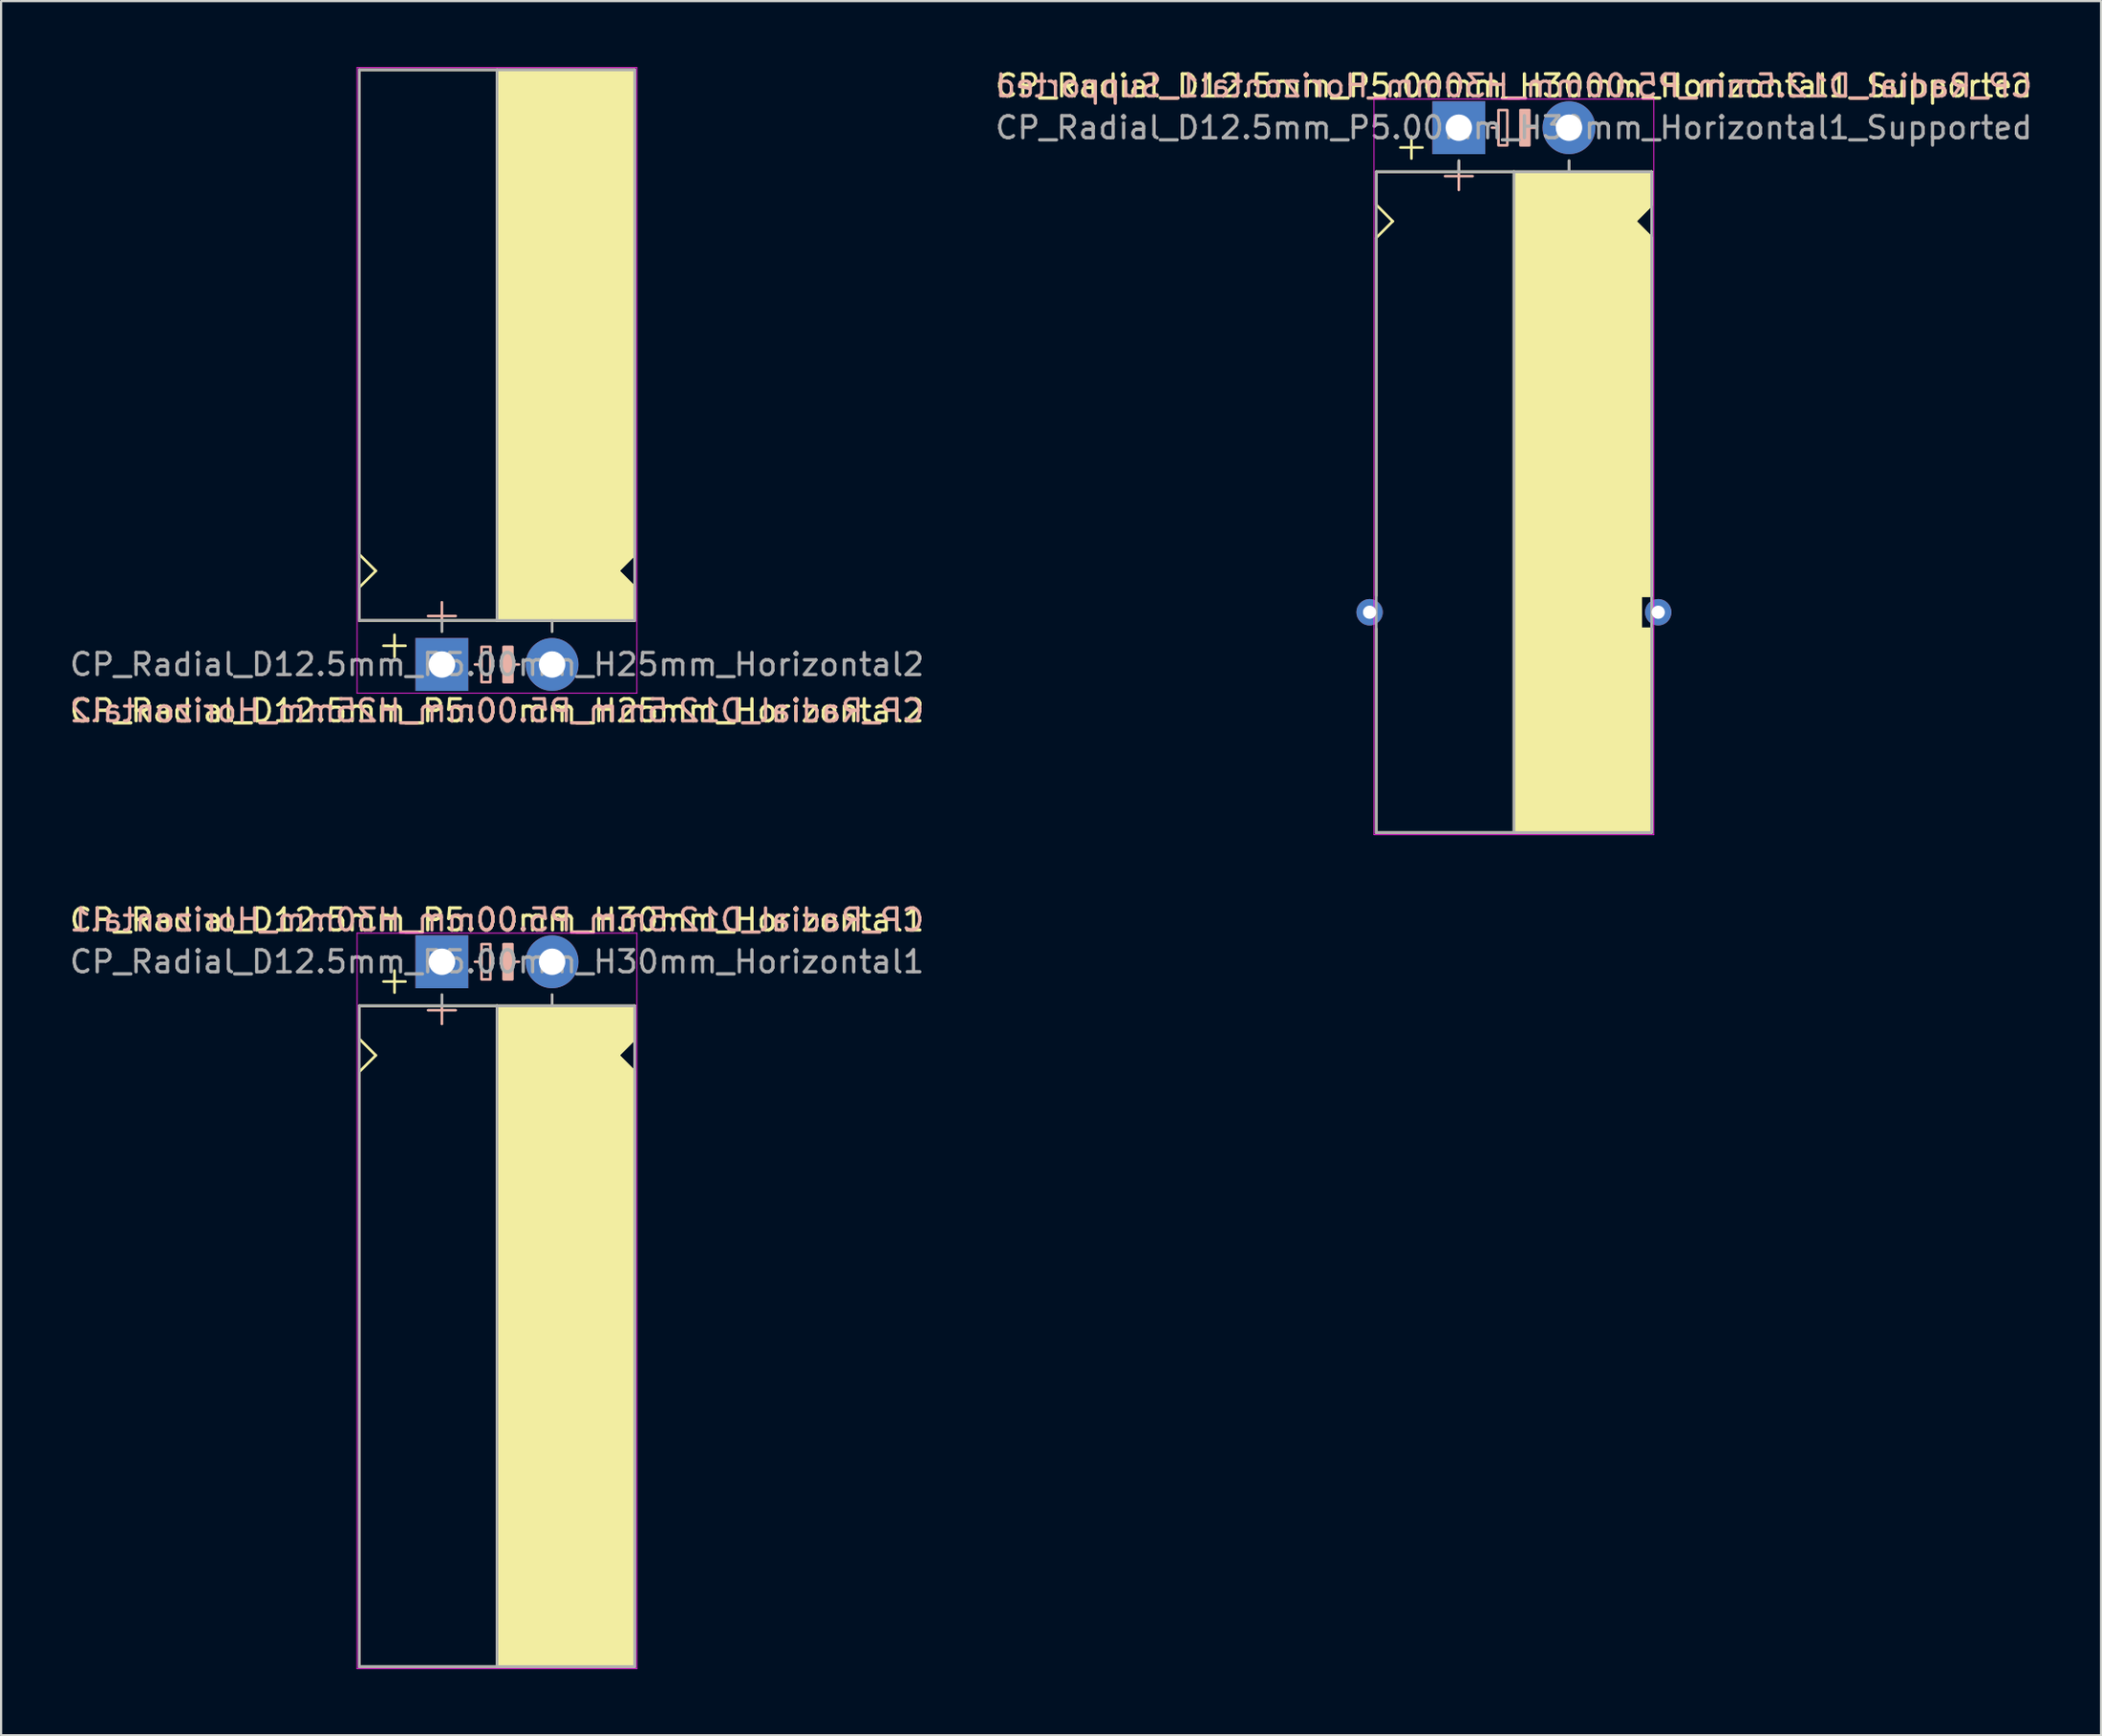
<source format=kicad_pcb>
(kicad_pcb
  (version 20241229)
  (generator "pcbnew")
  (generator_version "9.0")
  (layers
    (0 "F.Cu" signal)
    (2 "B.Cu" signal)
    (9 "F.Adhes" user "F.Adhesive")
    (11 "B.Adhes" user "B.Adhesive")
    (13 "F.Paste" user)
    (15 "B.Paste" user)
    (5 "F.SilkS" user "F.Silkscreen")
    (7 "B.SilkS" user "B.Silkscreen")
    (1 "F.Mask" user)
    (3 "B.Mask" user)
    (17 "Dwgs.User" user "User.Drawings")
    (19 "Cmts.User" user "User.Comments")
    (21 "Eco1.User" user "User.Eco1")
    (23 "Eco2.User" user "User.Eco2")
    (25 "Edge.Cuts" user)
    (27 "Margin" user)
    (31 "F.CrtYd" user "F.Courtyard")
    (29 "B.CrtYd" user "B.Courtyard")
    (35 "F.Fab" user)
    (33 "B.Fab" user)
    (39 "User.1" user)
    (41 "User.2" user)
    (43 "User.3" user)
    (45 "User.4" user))
  (footprint "CP_Radial_D12.5mm_P5.00mm_H30mm_Horizontal1"
    (layer "F.Cu")
    (at 17.006 40.617)
    (property "Reference" "CP_Radial_D12.5mm_P5.00mm_H30mm_Horizontal1" (at 2.5 -1.9 180) (layer "F.SilkS") (effects (font (size 1 1) (thickness 0.15))))
    (fp_line (start -3.75 2) (end -3.75 3.5) (stroke (width 0.12) (type solid)) (layer "F.SilkS"))
    (fp_line (start -3.75 3.5) (end -3 4.25) (stroke (width 0.12) (type solid)) (layer "F.SilkS"))
    (fp_line (start -3.75 5) (end -3.75 32) (stroke (width 0.12) (type solid)) (layer "F.SilkS"))
    (fp_line (start -3 4.25) (end -3.75 5) (stroke (width 0.12) (type solid)) (layer "F.SilkS"))
    (fp_line (start -2.15 0.4) (end -2.15 1.4) (stroke (width 0.12) (type solid)) (layer "F.SilkS"))
    (fp_line (start -1.65 0.9) (end -2.65 0.9) (stroke (width 0.12) (type solid)) (layer "F.SilkS"))
    (fp_line (start 0 1.5) (end 0 2) (stroke (width 0.12) (type solid)) (layer "F.SilkS"))
    (fp_line (start 2.5 2) (end -3.75 2) (stroke (width 0.12) (type solid)) (layer "F.SilkS"))
    (fp_line (start 2.5 2) (end 2.5 32) (stroke (width 0.12) (type solid)) (layer "F.SilkS"))
    (fp_line (start 2.5 2) (end 8.75 2) (stroke (width 0.12) (type solid)) (layer "F.SilkS"))
    (fp_line (start 5 1.5) (end 5 2) (stroke (width 0.12) (type solid)) (layer "F.SilkS"))
    (fp_line (start 8 4.25) (end 8.75 5) (stroke (width 0.12) (type solid)) (layer "F.SilkS"))
    (fp_line (start 8.75 2) (end 8.75 3.5) (stroke (width 0.12) (type solid)) (layer "F.SilkS"))
    (fp_line (start 8.75 3.5) (end 8 4.25) (stroke (width 0.12) (type solid)) (layer "F.SilkS"))
    (fp_line (start 8.75 5) (end 8.75 32) (stroke (width 0.12) (type solid)) (layer "F.SilkS"))
    (fp_line (start 8.75 32) (end -3.75 32) (stroke (width 0.12) (type solid)) (layer "F.SilkS"))
    (fp_poly (pts (xy 8.75 3.5) (xy 8 4.25) (xy 8.75 5) (xy 8.75 32) (xy 2.5 32) (xy 2.5 2) (xy 8.75 2)) (stroke (width 0.1) (type solid)) (fill yes) (layer "F.SilkS"))
    (fp_line (start 0 1.575) (end 0 2.825) (stroke (width 0.12) (type solid)) (layer "B.SilkS"))
    (fp_line (start 0.625 2.2) (end -0.625 2.2) (stroke (width 0.12) (type solid)) (layer "B.SilkS"))
    (fp_line (start 1.8 0) (end 1.5 0) (stroke (width 0.12) (type solid)) (layer "B.SilkS"))
    (fp_line (start 3.5 0) (end 3.2 0) (stroke (width 0.12) (type solid)) (layer "B.SilkS"))
    (fp_rect (start 2.2 -0.8) (end 1.8 0.8) (stroke (width 0.12) (type solid)) (fill no) (layer "B.SilkS"))
    (fp_rect (start 3.2 -0.8) (end 2.8 0.8) (stroke (width 0.12) (type solid)) (fill yes) (layer "B.SilkS"))
    (fp_line (start -3.85 -1.3) (end 8.85 -1.3) (stroke (width 0.04) (type solid)) (layer "F.CrtYd"))
    (fp_line (start -3.85 32.1) (end -3.85 -1.3) (stroke (width 0.04) (type solid)) (layer "F.CrtYd"))
    (fp_line (start 8.85 -1.3) (end 8.85 32.1) (stroke (width 0.04) (type solid)) (layer "F.CrtYd"))
    (fp_line (start 8.85 32.1) (end -3.85 32.1) (stroke (width 0.04) (type solid)) (layer "F.CrtYd"))
    (fp_line (start -3.75 2) (end -3.75 32) (stroke (width 0.12) (type solid)) (layer "F.Fab"))
    (fp_line (start -3.75 32) (end 8.75 32) (stroke (width 0.12) (type solid)) (layer "F.Fab"))
    (fp_line (start 0 1.5) (end 0 2) (stroke (width 0.12) (type solid)) (layer "F.Fab"))
    (fp_line (start 0 2) (end -3.75 2) (stroke (width 0.12) (type solid)) (layer "F.Fab"))
    (fp_line (start 2.5 2) (end 2.5 32) (stroke (width 0.12) (type solid)) (layer "F.Fab"))
    (fp_line (start 5 2) (end 5 1.5) (stroke (width 0.12) (type solid)) (layer "F.Fab"))
    (fp_line (start 8.75 2) (end 0 2) (stroke (width 0.12) (type solid)) (layer "F.Fab"))
    (fp_line (start 8.75 32) (end 8.75 2) (stroke (width 0.12) (type solid)) (layer "F.Fab"))
    (fp_poly (pts (xy 8.75 32) (xy 2.5 32) (xy 2.5 2) (xy 8.75 2)) (stroke (width 0.1) (type solid)) (fill no) (layer "F.Fab"))
    (fp_text user "${REFERENCE}" (at 2.5 -1.9 0) (layer "B.SilkS") (effects (font (size 1 1) (thickness 0.15)) (justify mirror)))
    (fp_text user "${REFERENCE}" (at 2.5 0 0) (layer "F.Fab") (effects (font (size 1 1) (thickness 0.15))))
    (pad "1" thru_hole rect (at 0 0) (size 2.4 2.4) (drill 1.2) (layers "*.Cu" "*.Mask"))
    (pad "2" thru_hole circle (at 5 0) (size 2.4 2.4) (drill 1.2) (layers "*.Cu" "*.Mask")))
  (footprint "CP_Radial_D12.5mm_P5.00mm_H30mm_Horizontal1_Supported"
    (layer "F.Cu")
    (at 63.161 2.748)
    (property "Reference" "CP_Radial_D12.5mm_P5.00mm_H30mm_Horizontal1_Supported" (at 2.5 -1.9 180) (layer "F.SilkS") (effects (font (size 1 1) (thickness 0.15))))
    (fp_line (start -3.75 2) (end -3.75 3.5) (stroke (width 0.12) (type solid)) (layer "F.SilkS"))
    (fp_line (start -3.75 3.5) (end -3 4.25) (stroke (width 0.12) (type solid)) (layer "F.SilkS"))
    (fp_line (start -3.75 5) (end -3.75 21.25) (stroke (width 0.12) (type solid)) (layer "F.SilkS"))
    (fp_line (start -3.75 32) (end -3.75 22.75) (stroke (width 0.12) (type solid)) (layer "F.SilkS"))
    (fp_line (start -3 4.25) (end -3.75 5) (stroke (width 0.12) (type solid)) (layer "F.SilkS"))
    (fp_line (start -2.15 0.4) (end -2.15 1.4) (stroke (width 0.12) (type solid)) (layer "F.SilkS"))
    (fp_line (start -1.65 0.9) (end -2.65 0.9) (stroke (width 0.12) (type solid)) (layer "F.SilkS"))
    (fp_line (start 0 1.5) (end 0 2) (stroke (width 0.12) (type solid)) (layer "F.SilkS"))
    (fp_line (start 2.5 2) (end -3.75 2) (stroke (width 0.12) (type solid)) (layer "F.SilkS"))
    (fp_line (start 2.5 2) (end 2.5 32) (stroke (width 0.12) (type solid)) (layer "F.SilkS"))
    (fp_line (start 2.5 2) (end 8.75 2) (stroke (width 0.12) (type solid)) (layer "F.SilkS"))
    (fp_line (start 5 1.5) (end 5 2) (stroke (width 0.12) (type solid)) (layer "F.SilkS"))
    (fp_line (start 8 4.25) (end 8.75 5) (stroke (width 0.12) (type solid)) (layer "F.SilkS"))
    (fp_line (start 8.25 21.25) (end 8.75 21.25) (stroke (width 0.12) (type solid)) (layer "F.SilkS"))
    (fp_line (start 8.25 22.75) (end 8.25 21.25) (stroke (width 0.12) (type solid)) (layer "F.SilkS"))
    (fp_line (start 8.75 2) (end 8.75 3.5) (stroke (width 0.12) (type solid)) (layer "F.SilkS"))
    (fp_line (start 8.75 3.5) (end 8 4.25) (stroke (width 0.12) (type solid)) (layer "F.SilkS"))
    (fp_line (start 8.75 5) (end 8.75 21.25) (stroke (width 0.12) (type solid)) (layer "F.SilkS"))
    (fp_line (start 8.75 22.75) (end 8.25 22.75) (stroke (width 0.12) (type solid)) (layer "F.SilkS"))
    (fp_line (start 8.75 32) (end -3.75 32) (stroke (width 0.12) (type solid)) (layer "F.SilkS"))
    (fp_line (start 8.75 32) (end 8.75 22.75) (stroke (width 0.12) (type solid)) (layer "F.SilkS"))
    (fp_poly (pts (xy 8.75 3.5) (xy 8 4.25) (xy 8.75 5) (xy 8.75 21.25) (xy 8.25 21.25) (xy 8.25 22.75) (xy 8.75 22.75) (xy 8.75 32) (xy 2.5 32) (xy 2.5 2) (xy 8.75 2)) (stroke (width 0.1) (type solid)) (fill yes) (layer "F.SilkS"))
    (fp_line (start 0 1.575) (end 0 2.825) (stroke (width 0.12) (type solid)) (layer "B.SilkS"))
    (fp_line (start 0.625 2.2) (end -0.625 2.2) (stroke (width 0.12) (type solid)) (layer "B.SilkS"))
    (fp_line (start 1.8 0) (end 1.5 0) (stroke (width 0.12) (type solid)) (layer "B.SilkS"))
    (fp_line (start 3.5 0) (end 3.2 0) (stroke (width 0.12) (type solid)) (layer "B.SilkS"))
    (fp_rect (start 2.2 -0.8) (end 1.8 0.8) (stroke (width 0.12) (type solid)) (fill no) (layer "B.SilkS"))
    (fp_rect (start 3.2 -0.8) (end 2.8 0.8) (stroke (width 0.12) (type solid)) (fill yes) (layer "B.SilkS"))
    (fp_line (start -3.85 -1.3) (end 8.85 -1.3) (stroke (width 0.04) (type solid)) (layer "F.CrtYd"))
    (fp_line (start -3.85 32.1) (end -3.85 -1.3) (stroke (width 0.04) (type solid)) (layer "F.CrtYd"))
    (fp_line (start 8.85 -1.3) (end 8.85 32.1) (stroke (width 0.04) (type solid)) (layer "F.CrtYd"))
    (fp_line (start 8.85 32.1) (end -3.85 32.1) (stroke (width 0.04) (type solid)) (layer "F.CrtYd"))
    (fp_line (start -3.75 2) (end -3.75 32) (stroke (width 0.12) (type solid)) (layer "F.Fab"))
    (fp_line (start -3.75 32) (end 8.75 32) (stroke (width 0.12) (type solid)) (layer "F.Fab"))
    (fp_line (start 0 1.5) (end 0 2) (stroke (width 0.12) (type solid)) (layer "F.Fab"))
    (fp_line (start 0 2) (end -3.75 2) (stroke (width 0.12) (type solid)) (layer "F.Fab"))
    (fp_line (start 2.5 2) (end 2.5 32) (stroke (width 0.12) (type solid)) (layer "F.Fab"))
    (fp_line (start 5 2) (end 5 1.5) (stroke (width 0.12) (type solid)) (layer "F.Fab"))
    (fp_line (start 8.75 2) (end 0 2) (stroke (width 0.12) (type solid)) (layer "F.Fab"))
    (fp_line (start 8.75 32) (end 8.75 2) (stroke (width 0.12) (type solid)) (layer "F.Fab"))
    (fp_poly (pts (xy 8.75 32) (xy 2.5 32) (xy 2.5 2) (xy 8.75 2)) (stroke (width 0.1) (type solid)) (fill no) (layer "F.Fab"))
    (fp_text user "${REFERENCE}" (at 2.5 -1.9 0) (layer "B.SilkS") (effects (font (size 1 1) (thickness 0.15)) (justify mirror)))
    (fp_text user "${REFERENCE}" (at 2.5 0 0) (layer "F.Fab") (effects (font (size 1 1) (thickness 0.15))))
    (pad "1" thru_hole rect (at 0 0) (size 2.4 2.4) (drill 1.2) (layers "*.Cu" "*.Mask"))
    (pad "2" thru_hole circle (at 5 0) (size 2.4 2.4) (drill 1.2) (layers "*.Cu" "*.Mask"))
    (pad "~" thru_hole circle (at -4.05 22) (size 1.2 1.2) (drill 0.6) (layers "*.Cu" "*.Mask"))
    (pad "~" thru_hole circle (at 9.05 22) (size 1.2 1.2) (drill 0.6) (layers "*.Cu" "*.Mask")))
  (footprint "CP_Radial_D12.5mm_P5.00mm_H25mm_Horizontal2"
    (layer "F.Cu")
    (at 17.006 27.12)
    (property "Reference" "CP_Radial_D12.5mm_P5.00mm_H25mm_Horizontal2" (at 2.5 2.1 180) (layer "F.SilkS") (effects (font (size 1 1) (thickness 0.15))))
    (fp_line (start -3.75 -5) (end -3.75 -27) (stroke (width 0.12) (type solid)) (layer "F.SilkS"))
    (fp_line (start -3.75 -3.5) (end -3 -4.25) (stroke (width 0.12) (type solid)) (layer "F.SilkS"))
    (fp_line (start -3.75 -2) (end -3.75 -3.5) (stroke (width 0.12) (type solid)) (layer "F.SilkS"))
    (fp_line (start -3 -4.25) (end -3.75 -5) (stroke (width 0.12) (type solid)) (layer "F.SilkS"))
    (fp_line (start -2.15 -1.35) (end -2.15 -0.35) (stroke (width 0.12) (type solid)) (layer "F.SilkS"))
    (fp_line (start -1.65 -0.85) (end -2.65 -0.85) (stroke (width 0.12) (type solid)) (layer "F.SilkS"))
    (fp_line (start 0 -1.5) (end 0 -2) (stroke (width 0.12) (type solid)) (layer "F.SilkS"))
    (fp_line (start 2.5 -2) (end -3.75 -2) (stroke (width 0.12) (type solid)) (layer "F.SilkS"))
    (fp_line (start 2.5 -2) (end 2.5 -27) (stroke (width 0.12) (type solid)) (layer "F.SilkS"))
    (fp_line (start 2.5 -2) (end 8.75 -2) (stroke (width 0.12) (type solid)) (layer "F.SilkS"))
    (fp_line (start 5 -1.5) (end 5 -2) (stroke (width 0.12) (type solid)) (layer "F.SilkS"))
    (fp_line (start 8 -4.25) (end 8.75 -5) (stroke (width 0.12) (type solid)) (layer "F.SilkS"))
    (fp_line (start 8.75 -27) (end -3.75 -27) (stroke (width 0.12) (type solid)) (layer "F.SilkS"))
    (fp_line (start 8.75 -5) (end 8.75 -27) (stroke (width 0.12) (type solid)) (layer "F.SilkS"))
    (fp_line (start 8.75 -3.5) (end 8 -4.25) (stroke (width 0.12) (type solid)) (layer "F.SilkS"))
    (fp_line (start 8.75 -2) (end 8.75 -3.5) (stroke (width 0.12) (type solid)) (layer "F.SilkS"))
    (fp_poly (pts (xy 8.75 -3.5) (xy 8 -4.25) (xy 8.75 -5) (xy 8.75 -27) (xy 2.5 -27) (xy 2.5 -2) (xy 8.75 -2)) (stroke (width 0.1) (type solid)) (fill yes) (layer "F.SilkS"))
    (fp_line (start 0 -2.825) (end 0 -1.575) (stroke (width 0.12) (type solid)) (layer "B.SilkS"))
    (fp_line (start 0.625 -2.2) (end -0.625 -2.2) (stroke (width 0.12) (type solid)) (layer "B.SilkS"))
    (fp_line (start 1.8 0) (end 1.5 0) (stroke (width 0.12) (type solid)) (layer "B.SilkS"))
    (fp_line (start 3.5 0) (end 3.2 0) (stroke (width 0.12) (type solid)) (layer "B.SilkS"))
    (fp_rect (start 2.2 -0.8) (end 1.8 0.8) (stroke (width 0.12) (type solid)) (fill no) (layer "B.SilkS"))
    (fp_rect (start 3.2 -0.8) (end 2.8 0.8) (stroke (width 0.12) (type solid)) (fill yes) (layer "B.SilkS"))
    (fp_line (start -3.85 -27.1) (end -3.85 1.3) (stroke (width 0.04) (type solid)) (layer "F.CrtYd"))
    (fp_line (start 8.85 -27.1) (end -3.85 -27.1) (stroke (width 0.04) (type solid)) (layer "F.CrtYd"))
    (fp_line (start 8.85 1.3) (end -3.85 1.3) (stroke (width 0.04) (type solid)) (layer "F.CrtYd"))
    (fp_line (start 8.85 1.3) (end 8.85 -27.1) (stroke (width 0.04) (type solid)) (layer "F.CrtYd"))
    (fp_line (start -3.75 -27) (end 8.75 -27) (stroke (width 0.12) (type solid)) (layer "F.Fab"))
    (fp_line (start -3.75 -2) (end -3.75 -27) (stroke (width 0.12) (type solid)) (layer "F.Fab"))
    (fp_line (start 0 -2) (end -3.75 -2) (stroke (width 0.12) (type solid)) (layer "F.Fab"))
    (fp_line (start 0 -1.5) (end 0 -2) (stroke (width 0.12) (type solid)) (layer "F.Fab"))
    (fp_line (start 2.5 -2) (end 2.5 -27) (stroke (width 0.12) (type solid)) (layer "F.Fab"))
    (fp_line (start 5 -2) (end 5 -1.5) (stroke (width 0.12) (type solid)) (layer "F.Fab"))
    (fp_line (start 8.75 -27) (end 8.75 -2) (stroke (width 0.12) (type solid)) (layer "F.Fab"))
    (fp_line (start 8.75 -2) (end 0 -2) (stroke (width 0.12) (type solid)) (layer "F.Fab"))
    (fp_poly (pts (xy 8.75 -27) (xy 2.5 -27) (xy 2.5 -2) (xy 8.75 -2)) (stroke (width 0.1) (type solid)) (fill no) (layer "F.Fab"))
    (fp_text user "${REFERENCE}" (at 2.5 2.1 0) (layer "B.SilkS") (effects (font (size 1 1) (thickness 0.15)) (justify mirror)))
    (fp_text user "${REFERENCE}" (at 2.5 0 0) (layer "F.Fab") (effects (font (size 1 1) (thickness 0.15))))
    (pad "1" thru_hole rect (at 0 0) (size 2.4 2.4) (drill 1.2) (layers "*.Cu" "*.Mask"))
    (pad "2" thru_hole circle (at 5 0) (size 2.4 2.4) (drill 1.2) (layers "*.Cu" "*.Mask")))
  (gr_rect
    (start -3 -3)
    (end 92.31 75.737)
    (stroke (width 0.1) (type default))
    (fill no)
    (layer "Edge.Cuts")))
</source>
